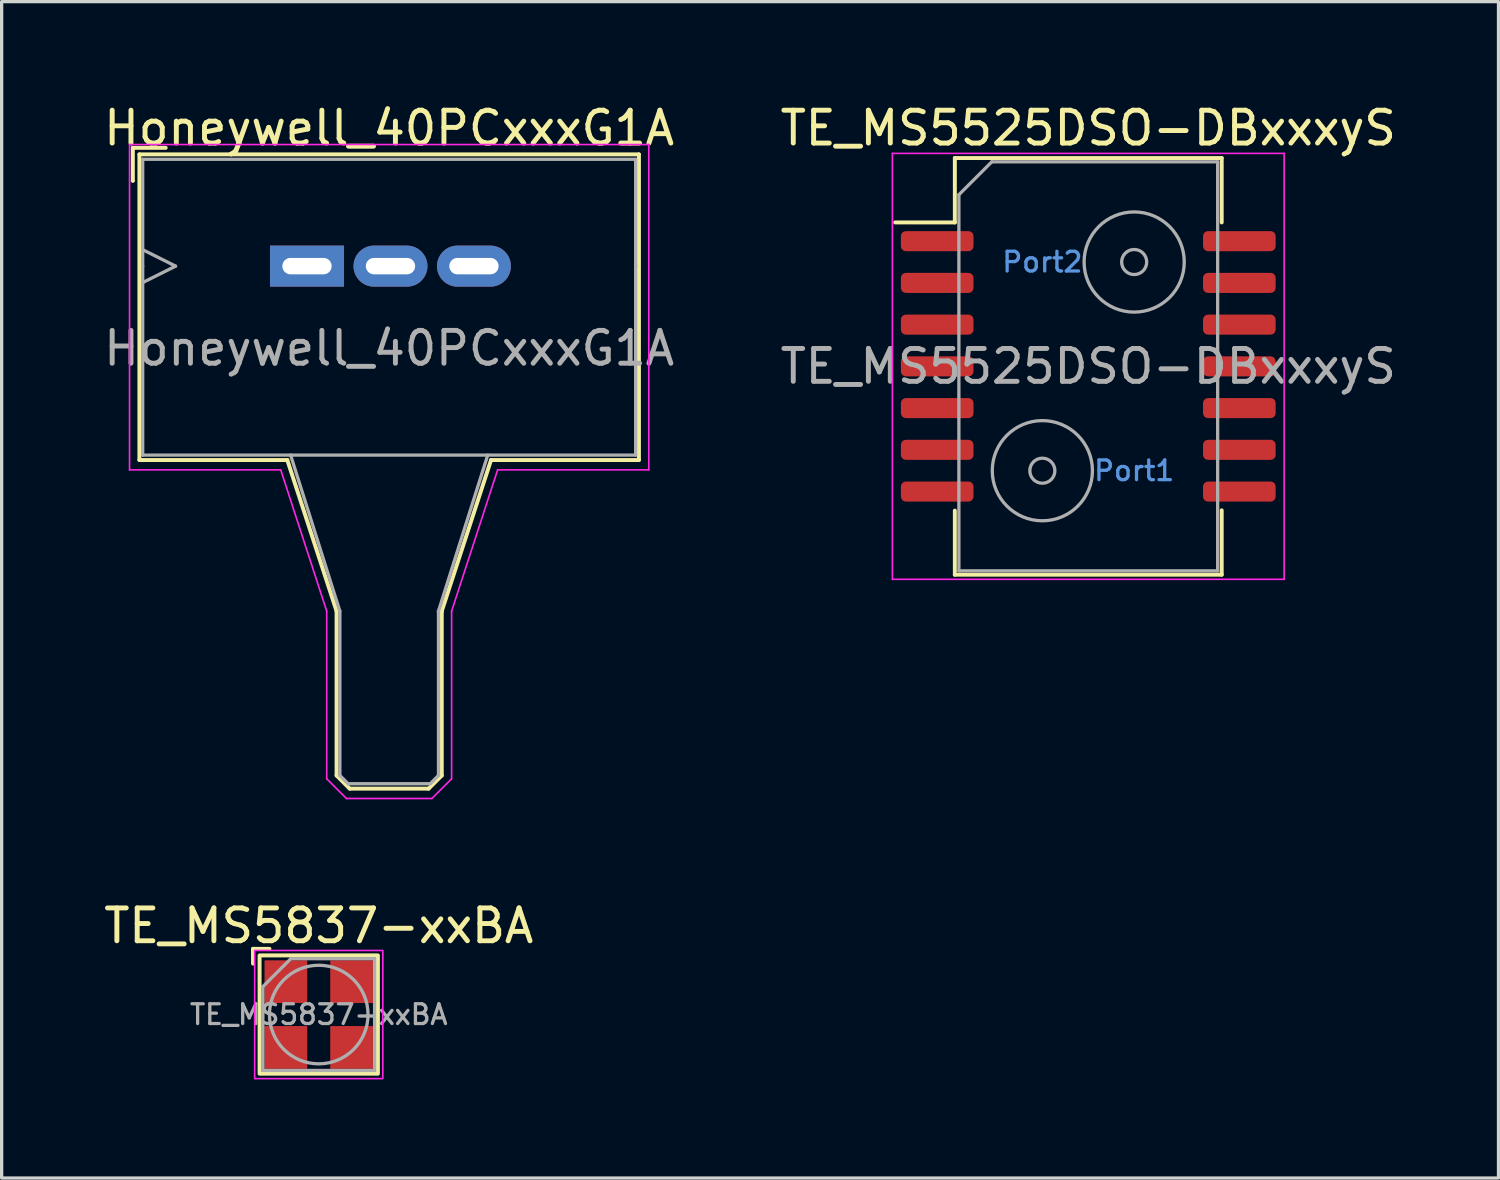
<source format=kicad_pcb>
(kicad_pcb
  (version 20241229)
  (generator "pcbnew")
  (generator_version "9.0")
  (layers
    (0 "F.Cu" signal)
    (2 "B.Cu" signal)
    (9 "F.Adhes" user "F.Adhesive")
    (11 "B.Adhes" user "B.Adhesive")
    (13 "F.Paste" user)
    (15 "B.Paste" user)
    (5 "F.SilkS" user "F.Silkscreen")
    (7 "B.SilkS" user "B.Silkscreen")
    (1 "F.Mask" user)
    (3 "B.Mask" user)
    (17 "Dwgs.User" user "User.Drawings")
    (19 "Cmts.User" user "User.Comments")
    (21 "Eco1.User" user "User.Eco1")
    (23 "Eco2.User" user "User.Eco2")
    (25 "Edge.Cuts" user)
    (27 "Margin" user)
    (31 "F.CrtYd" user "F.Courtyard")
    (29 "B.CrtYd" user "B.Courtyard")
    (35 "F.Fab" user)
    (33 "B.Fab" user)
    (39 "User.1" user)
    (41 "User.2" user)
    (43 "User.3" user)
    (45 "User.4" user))
  (footprint "Honeywell_40PCxxxG1A"
    (layer "F.Cu")
    (at 6.292 5.048)
    (property "Reference" "Honeywell_40PCxxxG1A" (at 2.5 -4.2 0) (layer "F.SilkS") (effects (font (size 1 1) (thickness 0.15))))
    (attr through_hole)
    (fp_line (start -5.3 -3.6) (end -5.3 -2.6) (stroke (width 0.12) (type solid)) (layer "F.SilkS"))
    (fp_line (start -5.3 -2.6) (end -5.3 -2.6) (stroke (width 0.12) (type solid)) (layer "F.SilkS"))
    (fp_line (start -5.1 -3.4) (end -5.1 5.9) (stroke (width 0.12) (type solid)) (layer "F.SilkS"))
    (fp_line (start -5.1 5.9) (end -0.6 5.9) (stroke (width 0.12) (type solid)) (layer "F.SilkS"))
    (fp_line (start -4.3 -3.6) (end -5.3 -3.6) (stroke (width 0.12) (type solid)) (layer "F.SilkS"))
    (fp_line (start -0.6 5.9) (end 0.9 10.5) (stroke (width 0.12) (type solid)) (layer "F.SilkS"))
    (fp_line (start 0.9 10.5) (end 0.9 15.5) (stroke (width 0.12) (type solid)) (layer "F.SilkS"))
    (fp_line (start 0.9 15.5) (end 1.3 15.9) (stroke (width 0.12) (type solid)) (layer "F.SilkS"))
    (fp_line (start 1.3 15.9) (end 3.7 15.9) (stroke (width 0.12) (type solid)) (layer "F.SilkS"))
    (fp_line (start 3.7 15.9) (end 4.1 15.5) (stroke (width 0.12) (type solid)) (layer "F.SilkS"))
    (fp_line (start 4.1 10.5) (end 4.1 10.5) (stroke (width 0.12) (type solid)) (layer "F.SilkS"))
    (fp_line (start 4.1 15.5) (end 4.1 10.5) (stroke (width 0.12) (type solid)) (layer "F.SilkS"))
    (fp_line (start 5.6 5.9) (end 4.1 10.5) (stroke (width 0.12) (type solid)) (layer "F.SilkS"))
    (fp_line (start 10.1 -3.4) (end -5.1 -3.4) (stroke (width 0.12) (type solid)) (layer "F.SilkS"))
    (fp_line (start 10.1 -3.4) (end 10.1 5.9) (stroke (width 0.12) (type solid)) (layer "F.SilkS"))
    (fp_line (start 10.1 5.9) (end 5.6 5.9) (stroke (width 0.12) (type solid)) (layer "F.SilkS"))
    (fp_line (start -5.4 -3.7) (end 10.4 -3.7) (stroke (width 0.05) (type solid)) (layer "F.CrtYd"))
    (fp_line (start -5.4 6.2) (end -5.4 -3.7) (stroke (width 0.05) (type solid)) (layer "F.CrtYd"))
    (fp_line (start -0.8 6.2) (end -5.4 6.2) (stroke (width 0.05) (type solid)) (layer "F.CrtYd"))
    (fp_line (start 0.6 10.5) (end -0.8 6.2) (stroke (width 0.05) (type solid)) (layer "F.CrtYd"))
    (fp_line (start 0.6 15.6) (end 0.6 10.5) (stroke (width 0.05) (type solid)) (layer "F.CrtYd"))
    (fp_line (start 1.2 16.2) (end 0.6 15.6) (stroke (width 0.05) (type solid)) (layer "F.CrtYd"))
    (fp_line (start 3.8 16.2) (end 1.2 16.2) (stroke (width 0.05) (type solid)) (layer "F.CrtYd"))
    (fp_line (start 4.4 10.5) (end 4.4 15.6) (stroke (width 0.05) (type solid)) (layer "F.CrtYd"))
    (fp_line (start 4.4 15.6) (end 3.8 16.2) (stroke (width 0.05) (type solid)) (layer "F.CrtYd"))
    (fp_line (start 5.8 6.2) (end 4.4 10.5) (stroke (width 0.05) (type solid)) (layer "F.CrtYd"))
    (fp_line (start 10.4 -3.7) (end 10.4 -3.7) (stroke (width 0.05) (type solid)) (layer "F.CrtYd"))
    (fp_line (start 10.4 -3.7) (end 10.4 6.2) (stroke (width 0.05) (type solid)) (layer "F.CrtYd"))
    (fp_line (start 10.4 6.2) (end 5.8 6.2) (stroke (width 0.05) (type solid)) (layer "F.CrtYd"))
    (fp_line (start -5 -3.25) (end 10 -3.25) (stroke (width 0.1) (type solid)) (layer "F.Fab"))
    (fp_line (start -5 -0.5) (end -4 0) (stroke (width 0.1) (type solid)) (layer "F.Fab"))
    (fp_line (start -5 0) (end -5 0) (stroke (width 0.1) (type solid)) (layer "F.Fab"))
    (fp_line (start -5 5.75) (end -5 -3.25) (stroke (width 0.1) (type solid)) (layer "F.Fab"))
    (fp_line (start -4 0) (end -5 0.5) (stroke (width 0.1) (type solid)) (layer "F.Fab"))
    (fp_line (start -0.5 5.75) (end 1 10.5) (stroke (width 0.1) (type solid)) (layer "F.Fab"))
    (fp_line (start 1 10.5) (end 1 15.5) (stroke (width 0.1) (type solid)) (layer "F.Fab"))
    (fp_line (start 1 15.5) (end 1.25 15.75) (stroke (width 0.1) (type solid)) (layer "F.Fab"))
    (fp_line (start 1.25 15.75) (end 3.75 15.75) (stroke (width 0.1) (type solid)) (layer "F.Fab"))
    (fp_line (start 3.75 15.75) (end 4 15.5) (stroke (width 0.1) (type solid)) (layer "F.Fab"))
    (fp_line (start 4 10.5) (end 4 10.5) (stroke (width 0.1) (type solid)) (layer "F.Fab"))
    (fp_line (start 4 15.5) (end 4 10.5) (stroke (width 0.1) (type solid)) (layer "F.Fab"))
    (fp_line (start 5.5 5.75) (end 4 10.5) (stroke (width 0.1) (type solid)) (layer "F.Fab"))
    (fp_line (start 10 -3.25) (end 10 0) (stroke (width 0.1) (type solid)) (layer "F.Fab"))
    (fp_line (start 10 0) (end 10 0) (stroke (width 0.1) (type solid)) (layer "F.Fab"))
    (fp_line (start 10 0) (end 10 0) (stroke (width 0.1) (type solid)) (layer "F.Fab"))
    (fp_line (start 10 0) (end 10 5.75) (stroke (width 0.1) (type solid)) (layer "F.Fab"))
    (fp_line (start 10 5.75) (end -5 5.75) (stroke (width 0.1) (type solid)) (layer "F.Fab"))
    (fp_text user "${REFERENCE}" (at 2.5 2.5 0) (layer "F.Fab") (effects (font (size 1 1) (thickness 0.15))))
    (pad "1" thru_hole rect (at 0 0) (size 2.25 1.25) (drill oval 1.5 0.5) (layers "*.Cu" "*.Mask"))
    (pad "2" thru_hole oval (at 2.54 0) (size 2.25 1.25) (drill oval 1.5 0.5) (layers "*.Cu" "*.Mask"))
    (pad "3" thru_hole oval (at 5.08 0) (size 2.25 1.25) (drill oval 1.5 0.5) (layers "*.Cu" "*.Mask")))
  (footprint "TE_MS5525DSO-DBxxxyS"
    (layer "F.Cu")
    (at 30.065 8.098)
    (property "Reference" "TE_MS5525DSO-DBxxxyS" (at 0 -7.25 0) (layer "F.SilkS") (effects (font (size 1 1) (thickness 0.15))))
    (attr smd)
    (fp_line (start -4.06 -6.34) (end -4.06 -4.38) (stroke (width 0.12) (type solid)) (layer "F.SilkS"))
    (fp_line (start -4.06 -4.38) (end -5.875 -4.38) (stroke (width 0.12) (type solid)) (layer "F.SilkS"))
    (fp_line (start -4.06 6.34) (end -4.06 4.39) (stroke (width 0.12) (type solid)) (layer "F.SilkS"))
    (fp_line (start 4.06 -6.34) (end -4.06 -6.34) (stroke (width 0.12) (type solid)) (layer "F.SilkS"))
    (fp_line (start 4.06 -6.34) (end 4.06 -4.38) (stroke (width 0.12) (type solid)) (layer "F.SilkS"))
    (fp_line (start 4.06 6.34) (end -4.06 6.34) (stroke (width 0.12) (type solid)) (layer "F.SilkS"))
    (fp_line (start 4.06 6.34) (end 4.06 4.38) (stroke (width 0.12) (type solid)) (layer "F.SilkS"))
    (fp_line (start -5.96 -6.48) (end -5.96 6.48) (stroke (width 0.05) (type solid)) (layer "F.CrtYd"))
    (fp_line (start -5.96 -6.48) (end 5.96 -6.48) (stroke (width 0.05) (type solid)) (layer "F.CrtYd"))
    (fp_line (start -5.96 6.48) (end 5.96 6.48) (stroke (width 0.05) (type solid)) (layer "F.CrtYd"))
    (fp_line (start 5.96 -6.48) (end 5.96 6.48) (stroke (width 0.05) (type solid)) (layer "F.CrtYd"))
    (fp_line (start -3.937 6.223) (end -3.937 -5.223) (stroke (width 0.1) (type solid)) (layer "F.Fab"))
    (fp_line (start -3.937 6.223) (end 3.937 6.223) (stroke (width 0.1) (type solid)) (layer "F.Fab"))
    (fp_line (start -2.937 -6.223) (end -3.937 -5.223) (stroke (width 0.1) (type solid)) (layer "F.Fab"))
    (fp_line (start -2.937 -6.223) (end 3.937 -6.223) (stroke (width 0.1) (type solid)) (layer "F.Fab"))
    (fp_line (start 3.937 6.223) (end 3.937 -6.223) (stroke (width 0.1) (type solid)) (layer "F.Fab"))
    (fp_circle (center -1.397 3.175) (end -1.016 3.175) (stroke (width 0.1) (type solid)) (fill no) (layer "F.Fab"))
    (fp_circle (center -1.397 3.175) (end 0.127 3.175) (stroke (width 0.1) (type solid)) (fill no) (layer "F.Fab"))
    (fp_circle (center 1.397 -3.175) (end 1.778 -3.175) (stroke (width 0.1) (type solid)) (fill no) (layer "F.Fab"))
    (fp_circle (center 1.397 -3.175) (end 2.921 -3.175) (stroke (width 0.1) (type solid)) (fill no) (layer "F.Fab"))
    (fp_text user "Port1" (at 1.397 3.175 0) (layer "Cmts.User") (effects (font (size 0.6 0.6) (thickness 0.1))))
    (fp_text user "Port2" (at -1.397 -3.175 0) (layer "Cmts.User") (effects (font (size 0.6 0.6) (thickness 0.1))))
    (fp_text user "${REFERENCE}" (at 0 0 0) (layer "F.Fab") (effects (font (size 1 1) (thickness 0.15))))
    (pad "1" smd roundrect (at -4.597 -3.81) (size 2.21 0.61) (layers "F.Cu" "F.Mask" "F.Paste") (roundrect_rratio 0.25))
    (pad "2" smd roundrect (at -4.597 -2.54) (size 2.21 0.61) (layers "F.Cu" "F.Mask" "F.Paste") (roundrect_rratio 0.25))
    (pad "3" smd roundrect (at -4.597 -1.27) (size 2.21 0.61) (layers "F.Cu" "F.Mask" "F.Paste") (roundrect_rratio 0.25))
    (pad "4" smd roundrect (at -4.597 0) (size 2.21 0.61) (layers "F.Cu" "F.Mask" "F.Paste") (roundrect_rratio 0.25))
    (pad "5" smd roundrect (at -4.597 1.27) (size 2.21 0.61) (layers "F.Cu" "F.Mask" "F.Paste") (roundrect_rratio 0.25))
    (pad "6" smd roundrect (at -4.597 2.54) (size 2.21 0.61) (layers "F.Cu" "F.Mask" "F.Paste") (roundrect_rratio 0.25))
    (pad "7" smd roundrect (at -4.597 3.81) (size 2.21 0.61) (layers "F.Cu" "F.Mask" "F.Paste") (roundrect_rratio 0.25))
    (pad "8" smd roundrect (at 4.597 3.81) (size 2.21 0.61) (layers "F.Cu" "F.Mask" "F.Paste") (roundrect_rratio 0.25))
    (pad "9" smd roundrect (at 4.597 2.54) (size 2.21 0.61) (layers "F.Cu" "F.Mask" "F.Paste") (roundrect_rratio 0.25))
    (pad "10" smd roundrect (at 4.597 1.27) (size 2.21 0.61) (layers "F.Cu" "F.Mask" "F.Paste") (roundrect_rratio 0.25))
    (pad "11" smd roundrect (at 4.597 0) (size 2.21 0.61) (layers "F.Cu" "F.Mask" "F.Paste") (roundrect_rratio 0.25))
    (pad "12" smd roundrect (at 4.597 -1.27) (size 2.21 0.61) (layers "F.Cu" "F.Mask" "F.Paste") (roundrect_rratio 0.25))
    (pad "13" smd roundrect (at 4.597 -2.54) (size 2.21 0.61) (layers "F.Cu" "F.Mask" "F.Paste") (roundrect_rratio 0.25))
    (pad "14" smd roundrect (at 4.597 -3.81) (size 2.21 0.61) (layers "F.Cu" "F.Mask" "F.Paste") (roundrect_rratio 0.25)))
  (footprint "TE_MS5837-xxBA"
    (layer "F.Cu")
    (at 6.649 27.822)
    (property "Reference" "TE_MS5837-xxBA" (at 0 -2.7 0) (unlocked yes) (layer "F.SilkS") (effects (font (size 1 1) (thickness 0.15))))
    (attr smd)
    (fp_line (start -2 -2) (end -2 -1.55) (stroke (width 0.12) (type solid)) (layer "F.SilkS"))
    (fp_line (start -1.5 -2) (end -2 -2) (stroke (width 0.12) (type solid)) (layer "F.SilkS"))
    (fp_rect (start 1.8 1.8) (end -1.8 -1.8) (stroke (width 0.12) (type solid)) (fill no) (layer "F.SilkS"))
    (fp_rect (start 1.95 1.95) (end -1.95 -1.95) (stroke (width 0.05) (type solid)) (fill no) (layer "F.CrtYd"))
    (fp_line (start -1.7 -0.85) (end -1.7 1.7) (stroke (width 0.1) (type solid)) (layer "F.Fab"))
    (fp_line (start -1.7 1.7) (end 1.7 1.7) (stroke (width 0.1) (type solid)) (layer "F.Fab"))
    (fp_line (start -0.85 -1.7) (end -1.7 -0.85) (stroke (width 0.1) (type solid)) (layer "F.Fab"))
    (fp_line (start 1.7 -1.7) (end -0.85 -1.7) (stroke (width 0.1) (type solid)) (layer "F.Fab"))
    (fp_line (start 1.7 1.7) (end 1.7 -1.7) (stroke (width 0.1) (type solid)) (layer "F.Fab"))
    (fp_circle (center 0 0) (end -1.5 0) (stroke (width 0.1) (type solid)) (fill no) (layer "F.Fab"))
    (fp_text user "${REFERENCE}" (at 0 0 180) (layer "F.Fab") (effects (font (size 0.6 0.6) (thickness 0.1))))
    (pad "1" smd rect (at -1 -1 180) (size 1.3 1.3) (layers "F.Cu" "F.Mask" "F.Paste"))
    (pad "2" smd rect (at -1 1 180) (size 1.3 1.3) (layers "F.Cu" "F.Mask" "F.Paste"))
    (pad "3" smd rect (at 1 1 180) (size 1.3 1.3) (layers "F.Cu" "F.Mask" "F.Paste"))
    (pad "4" smd rect (at 1 -1 180) (size 1.3 1.3) (layers "F.Cu" "F.Mask" "F.Paste")))
  (gr_rect
    (start -3 -3)
    (end 42.548 32.797)
    (stroke (width 0.1) (type default))
    (fill no)
    (layer "Edge.Cuts")))
</source>
